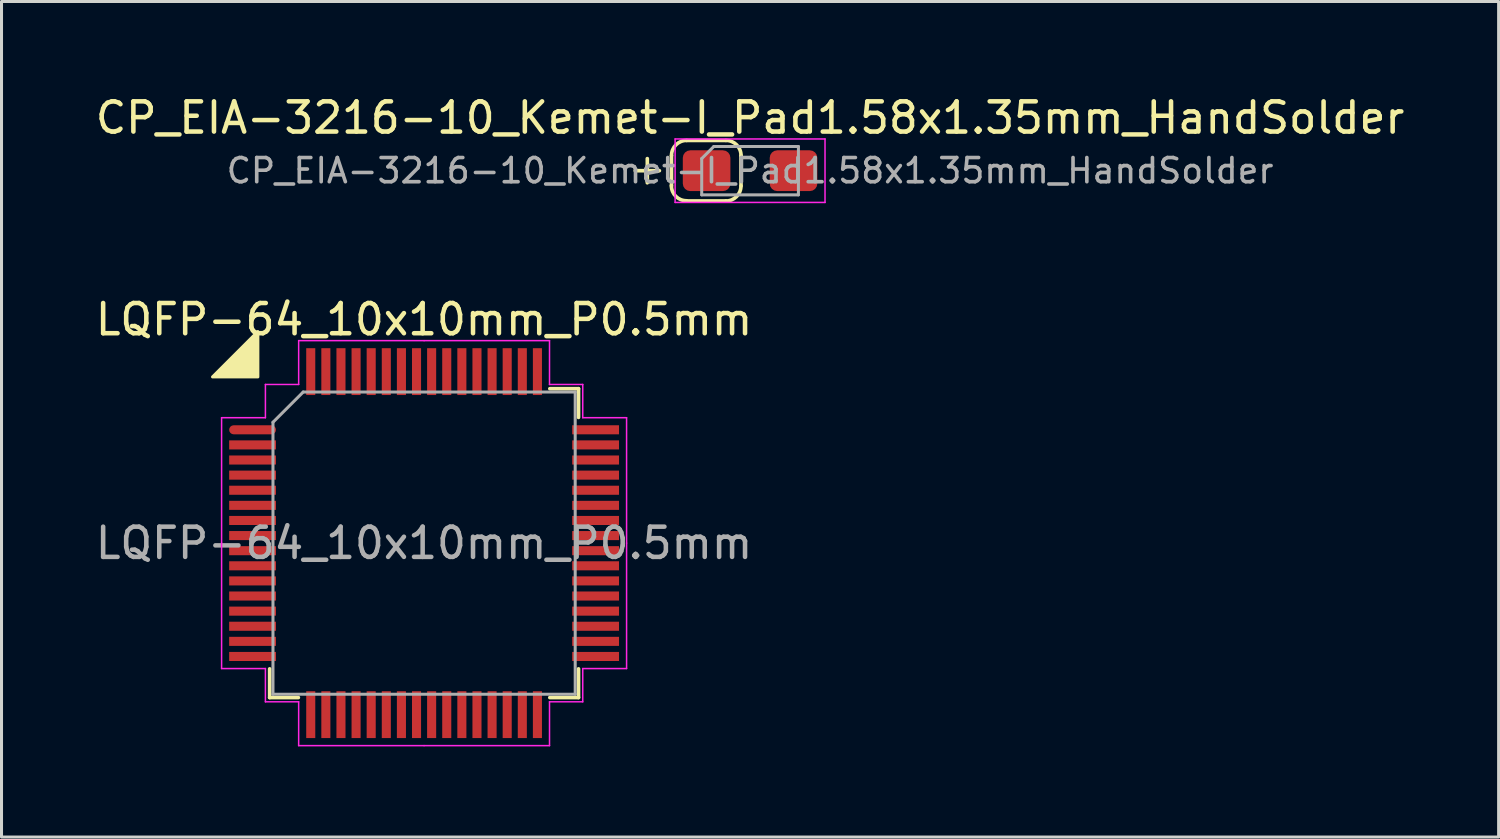
<source format=kicad_pcb>
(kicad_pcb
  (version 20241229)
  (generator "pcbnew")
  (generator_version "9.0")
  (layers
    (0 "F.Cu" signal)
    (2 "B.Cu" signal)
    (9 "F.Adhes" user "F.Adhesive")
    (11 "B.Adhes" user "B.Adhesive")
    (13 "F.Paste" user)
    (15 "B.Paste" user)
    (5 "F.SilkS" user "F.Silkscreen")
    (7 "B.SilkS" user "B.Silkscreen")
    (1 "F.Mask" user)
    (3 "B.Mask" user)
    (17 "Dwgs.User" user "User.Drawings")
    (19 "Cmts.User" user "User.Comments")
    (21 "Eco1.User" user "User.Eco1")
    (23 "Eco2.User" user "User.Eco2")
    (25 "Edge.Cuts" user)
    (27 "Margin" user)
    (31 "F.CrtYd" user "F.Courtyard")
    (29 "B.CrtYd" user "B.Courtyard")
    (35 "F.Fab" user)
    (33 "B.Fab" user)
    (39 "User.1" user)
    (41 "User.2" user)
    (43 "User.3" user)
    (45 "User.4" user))
  (footprint "LQFP-64_10x10mm_P0.5mm"
    (layer "F.Cu")
    (at 10.982 14.921)
    (property "Reference" "LQFP-64_10x10mm_P0.5mm" (at 0 -7.4 0) (layer "F.SilkS") (effects (font (size 1 1) (thickness 0.15))))
    (attr smd)
    (fp_line (start -5.11 5.11) (end -5.11 4.16) (stroke (width 0.12) (type solid)) (layer "F.SilkS"))
    (fp_line (start -4.16 5.11) (end -5.11 5.11) (stroke (width 0.12) (type solid)) (layer "F.SilkS"))
    (fp_line (start 4.16 -5.11) (end 5.11 -5.11) (stroke (width 0.12) (type solid)) (layer "F.SilkS"))
    (fp_line (start 4.16 5.11) (end 5.11 5.11) (stroke (width 0.12) (type solid)) (layer "F.SilkS"))
    (fp_line (start 5.11 -5.11) (end 5.11 -4.16) (stroke (width 0.12) (type solid)) (layer "F.SilkS"))
    (fp_line (start 5.11 5.11) (end 5.11 4.16) (stroke (width 0.12) (type solid)) (layer "F.SilkS"))
    (fp_poly (pts (xy -5.5 -5.5) (xy -7 -5.5) (xy -5.5 -7)) (stroke (width 0.1) (type solid)) (fill yes) (layer "F.SilkS"))
    (fp_line (start -6.7 -4.15) (end -6.7 0) (stroke (width 0.05) (type solid)) (layer "F.CrtYd"))
    (fp_line (start -6.7 4.15) (end -6.7 0) (stroke (width 0.05) (type solid)) (layer "F.CrtYd"))
    (fp_line (start -5.25 -5.25) (end -5.25 -4.15) (stroke (width 0.05) (type solid)) (layer "F.CrtYd"))
    (fp_line (start -5.25 -4.15) (end -6.7 -4.15) (stroke (width 0.05) (type solid)) (layer "F.CrtYd"))
    (fp_line (start -5.25 4.15) (end -6.7 4.15) (stroke (width 0.05) (type solid)) (layer "F.CrtYd"))
    (fp_line (start -5.25 5.25) (end -5.25 4.15) (stroke (width 0.05) (type solid)) (layer "F.CrtYd"))
    (fp_line (start -4.15 -6.7) (end -4.15 -5.25) (stroke (width 0.05) (type solid)) (layer "F.CrtYd"))
    (fp_line (start -4.15 -5.25) (end -5.25 -5.25) (stroke (width 0.05) (type solid)) (layer "F.CrtYd"))
    (fp_line (start -4.15 5.25) (end -5.25 5.25) (stroke (width 0.05) (type solid)) (layer "F.CrtYd"))
    (fp_line (start -4.15 6.7) (end -4.15 5.25) (stroke (width 0.05) (type solid)) (layer "F.CrtYd"))
    (fp_line (start 0 -6.7) (end -4.15 -6.7) (stroke (width 0.05) (type solid)) (layer "F.CrtYd"))
    (fp_line (start 0 -6.7) (end 4.15 -6.7) (stroke (width 0.05) (type solid)) (layer "F.CrtYd"))
    (fp_line (start 0 6.7) (end -4.15 6.7) (stroke (width 0.05) (type solid)) (layer "F.CrtYd"))
    (fp_line (start 0 6.7) (end 4.15 6.7) (stroke (width 0.05) (type solid)) (layer "F.CrtYd"))
    (fp_line (start 4.15 -6.7) (end 4.15 -5.25) (stroke (width 0.05) (type solid)) (layer "F.CrtYd"))
    (fp_line (start 4.15 -5.25) (end 5.25 -5.25) (stroke (width 0.05) (type solid)) (layer "F.CrtYd"))
    (fp_line (start 4.15 5.25) (end 5.25 5.25) (stroke (width 0.05) (type solid)) (layer "F.CrtYd"))
    (fp_line (start 4.15 6.7) (end 4.15 5.25) (stroke (width 0.05) (type solid)) (layer "F.CrtYd"))
    (fp_line (start 5.25 -5.25) (end 5.25 -4.15) (stroke (width 0.05) (type solid)) (layer "F.CrtYd"))
    (fp_line (start 5.25 -4.15) (end 6.7 -4.15) (stroke (width 0.05) (type solid)) (layer "F.CrtYd"))
    (fp_line (start 5.25 4.15) (end 6.7 4.15) (stroke (width 0.05) (type solid)) (layer "F.CrtYd"))
    (fp_line (start 5.25 5.25) (end 5.25 4.15) (stroke (width 0.05) (type solid)) (layer "F.CrtYd"))
    (fp_line (start 6.7 -4.15) (end 6.7 0) (stroke (width 0.05) (type solid)) (layer "F.CrtYd"))
    (fp_line (start 6.7 4.15) (end 6.7 0) (stroke (width 0.05) (type solid)) (layer "F.CrtYd"))
    (fp_line (start -5 -4) (end -4 -5) (stroke (width 0.1) (type solid)) (layer "F.Fab"))
    (fp_line (start -5 5) (end -5 -4) (stroke (width 0.1) (type solid)) (layer "F.Fab"))
    (fp_line (start -4 -5) (end 5 -5) (stroke (width 0.1) (type solid)) (layer "F.Fab"))
    (fp_line (start 5 -5) (end 5 5) (stroke (width 0.1) (type solid)) (layer "F.Fab"))
    (fp_line (start 5 5) (end -5 5) (stroke (width 0.1) (type solid)) (layer "F.Fab"))
    (fp_text user "${REFERENCE}" (at 0 0 0) (layer "F.Fab") (effects (font (size 1 1) (thickness 0.15))))
    (pad "1" smd roundrect (at -5.675 -3.75) (size 1.55 0.3) (layers "F.Cu" "F.Mask" "F.Paste") (roundrect_rratio 0.5))
    (pad "2" smd trapezoid (at -5.675 -3.25) (size 1.55 0.3) (layers "F.Cu" "F.Mask" "F.Paste"))
    (pad "3" smd trapezoid (at -5.675 -2.75) (size 1.55 0.3) (layers "F.Cu" "F.Mask" "F.Paste"))
    (pad "4" smd trapezoid (at -5.675 -2.25) (size 1.55 0.3) (layers "F.Cu" "F.Mask" "F.Paste"))
    (pad "5" smd trapezoid (at -5.675 -1.75) (size 1.55 0.3) (layers "F.Cu" "F.Mask" "F.Paste"))
    (pad "6" smd trapezoid (at -5.675 -1.25) (size 1.55 0.3) (layers "F.Cu" "F.Mask" "F.Paste"))
    (pad "7" smd trapezoid (at -5.675 -0.75) (size 1.55 0.3) (layers "F.Cu" "F.Mask" "F.Paste"))
    (pad "8" smd trapezoid (at -5.675 -0.25) (size 1.55 0.3) (layers "F.Cu" "F.Mask" "F.Paste"))
    (pad "9" smd trapezoid (at -5.675 0.25) (size 1.55 0.3) (layers "F.Cu" "F.Mask" "F.Paste"))
    (pad "10" smd trapezoid (at -5.675 0.75) (size 1.55 0.3) (layers "F.Cu" "F.Mask" "F.Paste"))
    (pad "11" smd trapezoid (at -5.675 1.25) (size 1.55 0.3) (layers "F.Cu" "F.Mask" "F.Paste"))
    (pad "12" smd trapezoid (at -5.675 1.75) (size 1.55 0.3) (layers "F.Cu" "F.Mask" "F.Paste"))
    (pad "13" smd trapezoid (at -5.675 2.25) (size 1.55 0.3) (layers "F.Cu" "F.Mask" "F.Paste"))
    (pad "14" smd trapezoid (at -5.675 2.75) (size 1.55 0.3) (layers "F.Cu" "F.Mask" "F.Paste"))
    (pad "15" smd trapezoid (at -5.675 3.25) (size 1.55 0.3) (layers "F.Cu" "F.Mask" "F.Paste"))
    (pad "16" smd trapezoid (at -5.675 3.75) (size 1.55 0.3) (layers "F.Cu" "F.Mask" "F.Paste"))
    (pad "17" smd trapezoid (at -3.75 5.675) (size 0.3 1.55) (layers "F.Cu" "F.Mask" "F.Paste"))
    (pad "18" smd trapezoid (at -3.25 5.675) (size 0.3 1.55) (layers "F.Cu" "F.Mask" "F.Paste"))
    (pad "19" smd trapezoid (at -2.75 5.675) (size 0.3 1.55) (layers "F.Cu" "F.Mask" "F.Paste"))
    (pad "20" smd trapezoid (at -2.25 5.675) (size 0.3 1.55) (layers "F.Cu" "F.Mask" "F.Paste"))
    (pad "21" smd trapezoid (at -1.75 5.675) (size 0.3 1.55) (layers "F.Cu" "F.Mask" "F.Paste"))
    (pad "22" smd trapezoid (at -1.25 5.675) (size 0.3 1.55) (layers "F.Cu" "F.Mask" "F.Paste"))
    (pad "23" smd trapezoid (at -0.75 5.675) (size 0.3 1.55) (layers "F.Cu" "F.Mask" "F.Paste"))
    (pad "24" smd trapezoid (at -0.25 5.675) (size 0.3 1.55) (layers "F.Cu" "F.Mask" "F.Paste"))
    (pad "25" smd trapezoid (at 0.25 5.675) (size 0.3 1.55) (layers "F.Cu" "F.Mask" "F.Paste"))
    (pad "26" smd trapezoid (at 0.75 5.675) (size 0.3 1.55) (layers "F.Cu" "F.Mask" "F.Paste"))
    (pad "27" smd trapezoid (at 1.25 5.675) (size 0.3 1.55) (layers "F.Cu" "F.Mask" "F.Paste"))
    (pad "28" smd trapezoid (at 1.75 5.675) (size 0.3 1.55) (layers "F.Cu" "F.Mask" "F.Paste"))
    (pad "29" smd trapezoid (at 2.25 5.675) (size 0.3 1.55) (layers "F.Cu" "F.Mask" "F.Paste"))
    (pad "30" smd trapezoid (at 2.75 5.675) (size 0.3 1.55) (layers "F.Cu" "F.Mask" "F.Paste"))
    (pad "31" smd trapezoid (at 3.25 5.675) (size 0.3 1.55) (layers "F.Cu" "F.Mask" "F.Paste"))
    (pad "32" smd trapezoid (at 3.75 5.675) (size 0.3 1.55) (layers "F.Cu" "F.Mask" "F.Paste"))
    (pad "33" smd trapezoid (at 5.675 3.75) (size 1.55 0.3) (layers "F.Cu" "F.Mask" "F.Paste"))
    (pad "34" smd trapezoid (at 5.675 3.25) (size 1.55 0.3) (layers "F.Cu" "F.Mask" "F.Paste"))
    (pad "35" smd trapezoid (at 5.675 2.75) (size 1.55 0.3) (layers "F.Cu" "F.Mask" "F.Paste"))
    (pad "36" smd trapezoid (at 5.675 2.25) (size 1.55 0.3) (layers "F.Cu" "F.Mask" "F.Paste"))
    (pad "37" smd trapezoid (at 5.675 1.75) (size 1.55 0.3) (layers "F.Cu" "F.Mask" "F.Paste"))
    (pad "38" smd trapezoid (at 5.675 1.25) (size 1.55 0.3) (layers "F.Cu" "F.Mask" "F.Paste"))
    (pad "39" smd trapezoid (at 5.675 0.75) (size 1.55 0.3) (layers "F.Cu" "F.Mask" "F.Paste"))
    (pad "40" smd trapezoid (at 5.675 0.25) (size 1.55 0.3) (layers "F.Cu" "F.Mask" "F.Paste"))
    (pad "41" smd trapezoid (at 5.675 -0.25) (size 1.55 0.3) (layers "F.Cu" "F.Mask" "F.Paste"))
    (pad "42" smd trapezoid (at 5.675 -0.75) (size 1.55 0.3) (layers "F.Cu" "F.Mask" "F.Paste"))
    (pad "43" smd trapezoid (at 5.675 -1.25) (size 1.55 0.3) (layers "F.Cu" "F.Mask" "F.Paste"))
    (pad "44" smd trapezoid (at 5.675 -1.75) (size 1.55 0.3) (layers "F.Cu" "F.Mask" "F.Paste"))
    (pad "45" smd trapezoid (at 5.675 -2.25) (size 1.55 0.3) (layers "F.Cu" "F.Mask" "F.Paste"))
    (pad "46" smd trapezoid (at 5.675 -2.75) (size 1.55 0.3) (layers "F.Cu" "F.Mask" "F.Paste"))
    (pad "47" smd trapezoid (at 5.675 -3.25) (size 1.55 0.3) (layers "F.Cu" "F.Mask" "F.Paste"))
    (pad "48" smd trapezoid (at 5.675 -3.75) (size 1.55 0.3) (layers "F.Cu" "F.Mask" "F.Paste"))
    (pad "49" smd trapezoid (at 3.75 -5.675) (size 0.3 1.55) (layers "F.Cu" "F.Mask" "F.Paste"))
    (pad "50" smd trapezoid (at 3.25 -5.675) (size 0.3 1.55) (layers "F.Cu" "F.Mask" "F.Paste"))
    (pad "51" smd trapezoid (at 2.75 -5.675) (size 0.3 1.55) (layers "F.Cu" "F.Mask" "F.Paste"))
    (pad "52" smd trapezoid (at 2.25 -5.675) (size 0.3 1.55) (layers "F.Cu" "F.Mask" "F.Paste"))
    (pad "53" smd trapezoid (at 1.75 -5.675) (size 0.3 1.55) (layers "F.Cu" "F.Mask" "F.Paste"))
    (pad "54" smd trapezoid (at 1.25 -5.675) (size 0.3 1.55) (layers "F.Cu" "F.Mask" "F.Paste"))
    (pad "55" smd trapezoid (at 0.75 -5.675) (size 0.3 1.55) (layers "F.Cu" "F.Mask" "F.Paste"))
    (pad "56" smd trapezoid (at 0.25 -5.675) (size 0.3 1.55) (layers "F.Cu" "F.Mask" "F.Paste"))
    (pad "57" smd trapezoid (at -0.25 -5.675) (size 0.3 1.55) (layers "F.Cu" "F.Mask" "F.Paste"))
    (pad "58" smd trapezoid (at -0.75 -5.675) (size 0.3 1.55) (layers "F.Cu" "F.Mask" "F.Paste"))
    (pad "59" smd trapezoid (at -1.25 -5.675) (size 0.3 1.55) (layers "F.Cu" "F.Mask" "F.Paste"))
    (pad "60" smd trapezoid (at -1.75 -5.675) (size 0.3 1.55) (layers "F.Cu" "F.Mask" "F.Paste"))
    (pad "61" smd trapezoid (at -2.25 -5.675) (size 0.3 1.55) (layers "F.Cu" "F.Mask" "F.Paste"))
    (pad "62" smd trapezoid (at -2.75 -5.675) (size 0.3 1.55) (layers "F.Cu" "F.Mask" "F.Paste"))
    (pad "63" smd trapezoid (at -3.25 -5.675) (size 0.3 1.55) (layers "F.Cu" "F.Mask" "F.Paste"))
    (pad "64" smd trapezoid (at -3.75 -5.675) (size 0.3 1.55) (layers "F.Cu" "F.Mask" "F.Paste")))
  (footprint "CP_EIA-3216-10_Kemet-I_Pad1.58x1.35mm_HandSolder"
    (layer "F.Cu")
    (at 21.768 2.598)
    (property "Reference" "CP_EIA-3216-10_Kemet-I_Pad1.58x1.35mm_HandSolder" (at 0 -1.75 180) (layer "F.SilkS") (effects (font (size 1 1) (thickness 0.15))))
    (attr smd)
    (fp_line (start -3.8 0) (end -3 0) (stroke (width 0.12) (type solid)) (layer "F.SilkS"))
    (fp_line (start -3.4 0.4) (end -3.4 -0.4) (stroke (width 0.12) (type solid)) (layer "F.SilkS"))
    (fp_line (start -2.6 -0.5) (end -2.6 0.5) (stroke (width 0.12) (type solid)) (layer "F.SilkS"))
    (fp_line (start -2.1 1) (end -0.8 1) (stroke (width 0.12) (type solid)) (layer "F.SilkS"))
    (fp_line (start -0.3 -0.5) (end -0.3 0.5) (stroke (width 0.12) (type solid)) (layer "F.SilkS"))
    (fp_rect (start -2.1 -1) (end -0.8 -1) (stroke (width 0.12) (type solid)) (fill no) (layer "F.SilkS"))
    (fp_arc (start -2.599258 -0.502583) (mid -2.452811 -0.856136) (end -2.099258 -1.002583) (stroke (width 0.12) (type solid)) (layer "F.SilkS"))
    (fp_arc (start -2.103578 0.994589) (mid -2.457131 0.848142) (end -2.603578 0.494589) (stroke (width 0.12) (type solid)) (layer "F.SilkS"))
    (fp_arc (start -0.798756 -1.003021) (mid -0.445203 -0.856574) (end -0.298756 -0.503021) (stroke (width 0.12) (type solid)) (layer "F.SilkS"))
    (fp_arc (start -0.300898 0.503352) (mid -0.447345 0.856905) (end -0.800898 1.003352) (stroke (width 0.12) (type solid)) (layer "F.SilkS"))
    (fp_line (start -2.48 -1.05) (end 2.48 -1.05) (stroke (width 0.05) (type solid)) (layer "F.CrtYd"))
    (fp_line (start -2.48 1.05) (end -2.48 -1.05) (stroke (width 0.05) (type solid)) (layer "F.CrtYd"))
    (fp_line (start 2.48 -1.05) (end 2.48 1.05) (stroke (width 0.05) (type solid)) (layer "F.CrtYd"))
    (fp_line (start 2.48 1.05) (end -2.48 1.05) (stroke (width 0.05) (type solid)) (layer "F.CrtYd"))
    (fp_line (start -1.6 -0.4) (end -1.6 0.8) (stroke (width 0.1) (type solid)) (layer "F.Fab"))
    (fp_line (start -1.6 0.8) (end 1.6 0.8) (stroke (width 0.1) (type solid)) (layer "F.Fab"))
    (fp_line (start -1.2 -0.8) (end -1.6 -0.4) (stroke (width 0.1) (type solid)) (layer "F.Fab"))
    (fp_line (start 1.6 -0.8) (end -1.2 -0.8) (stroke (width 0.1) (type solid)) (layer "F.Fab"))
    (fp_line (start 1.6 0.8) (end 1.6 -0.8) (stroke (width 0.1) (type solid)) (layer "F.Fab"))
    (fp_text user "${REFERENCE}" (at 0 0 180) (layer "F.Fab") (effects (font (size 0.8 0.8) (thickness 0.12))))
    (pad "1" smd roundrect (at -1.438 0) (size 1.575 1.35) (layers "F.Cu" "F.Mask" "F.Paste") (roundrect_rratio 0.185))
    (pad "2" smd roundrect (at 1.438 0) (size 1.575 1.35) (layers "F.Cu" "F.Mask" "F.Paste") (roundrect_rratio 0.185)))
  (gr_rect
    (start -3 -3)
    (end 46.536 24.646)
    (stroke (width 0.1) (type default))
    (fill no)
    (layer "Edge.Cuts")))
</source>
